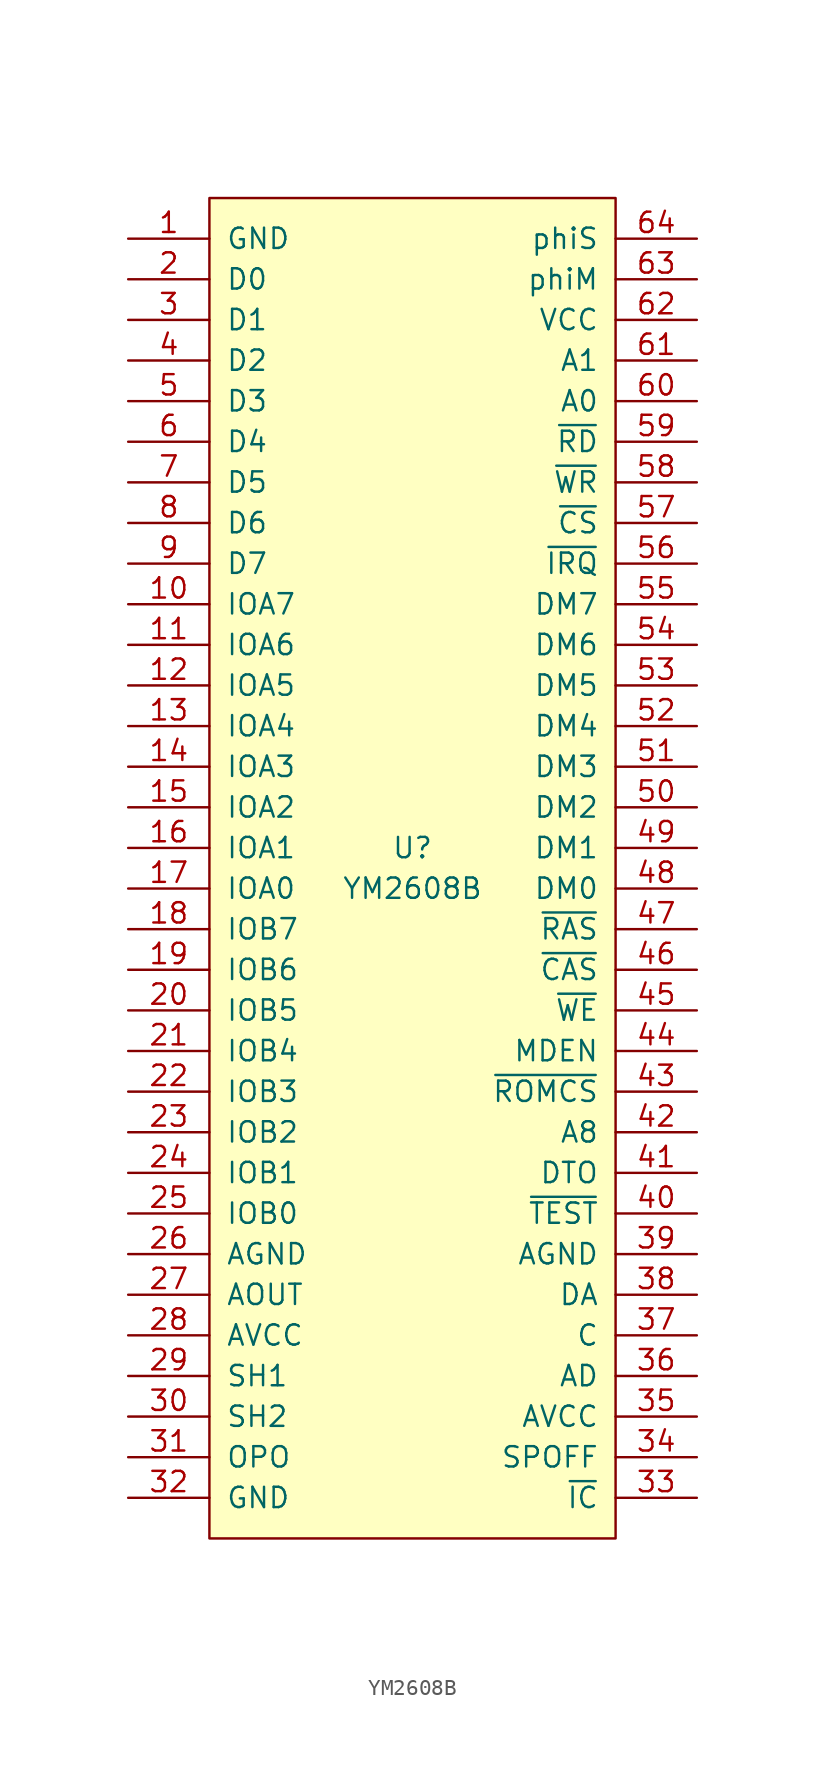
<source format=kicad_sym>
(kicad_symbol_lib
  (version 20211014)
  (generator kicad_symbol_editor)
  (symbol "YM2608B"
    (pin_names
      (offset 1.016))
    (property "Reference" "U"
      (at 0 0 0)
      (effects (font (size 1.27 1.27))))
    (property "Value" "YM2608B"
      (at 0 -2.54 0)
      (effects (font (size 1.27 1.27))))
    (symbol "YM2608B_0_1"
      (rectangle (start -12.7 40.64) (end 12.7 -43.18) (stroke (width 0) (type default) (color 0 0 0 0)) (fill (type background))))
    (symbol "YM2608B_1_1"
      (pin power_in line (at -17.78 38.1 0) (length 5.08) (name "GND" (effects (font (size 1.27 1.27)))) (number "1" (effects (font (size 1.27 1.27)))))
      (pin bidirectional line (at -17.78 15.24 0) (length 5.08) (name "IOA7" (effects (font (size 1.27 1.27)))) (number "10" (effects (font (size 1.27 1.27)))))
      (pin bidirectional line (at -17.78 12.7 0) (length 5.08) (name "IOA6" (effects (font (size 1.27 1.27)))) (number "11" (effects (font (size 1.27 1.27)))))
      (pin bidirectional line (at -17.78 10.16 0) (length 5.08) (name "IOA5" (effects (font (size 1.27 1.27)))) (number "12" (effects (font (size 1.27 1.27)))))
      (pin bidirectional line (at -17.78 7.62 0) (length 5.08) (name "IOA4" (effects (font (size 1.27 1.27)))) (number "13" (effects (font (size 1.27 1.27)))))
      (pin bidirectional line (at -17.78 5.08 0) (length 5.08) (name "IOA3" (effects (font (size 1.27 1.27)))) (number "14" (effects (font (size 1.27 1.27)))))
      (pin bidirectional line (at -17.78 2.54 0) (length 5.08) (name "IOA2" (effects (font (size 1.27 1.27)))) (number "15" (effects (font (size 1.27 1.27)))))
      (pin bidirectional line (at -17.78 0 0) (length 5.08) (name "IOA1" (effects (font (size 1.27 1.27)))) (number "16" (effects (font (size 1.27 1.27)))))
      (pin bidirectional line (at -17.78 -2.54 0) (length 5.08) (name "IOA0" (effects (font (size 1.27 1.27)))) (number "17" (effects (font (size 1.27 1.27)))))
      (pin bidirectional line (at -17.78 -5.08 0) (length 5.08) (name "IOB7" (effects (font (size 1.27 1.27)))) (number "18" (effects (font (size 1.27 1.27)))))
      (pin bidirectional line (at -17.78 -7.62 0) (length 5.08) (name "IOB6" (effects (font (size 1.27 1.27)))) (number "19" (effects (font (size 1.27 1.27)))))
      (pin bidirectional line (at -17.78 35.56 0) (length 5.08) (name "D0" (effects (font (size 1.27 1.27)))) (number "2" (effects (font (size 1.27 1.27)))))
      (pin bidirectional line (at -17.78 -10.16 0) (length 5.08) (name "IOB5" (effects (font (size 1.27 1.27)))) (number "20" (effects (font (size 1.27 1.27)))))
      (pin bidirectional line (at -17.78 -12.7 0) (length 5.08) (name "IOB4" (effects (font (size 1.27 1.27)))) (number "21" (effects (font (size 1.27 1.27)))))
      (pin bidirectional line (at -17.78 -15.24 0) (length 5.08) (name "IOB3" (effects (font (size 1.27 1.27)))) (number "22" (effects (font (size 1.27 1.27)))))
      (pin bidirectional line (at -17.78 -17.78 0) (length 5.08) (name "IOB2" (effects (font (size 1.27 1.27)))) (number "23" (effects (font (size 1.27 1.27)))))
      (pin bidirectional line (at -17.78 -20.32 0) (length 5.08) (name "IOB1" (effects (font (size 1.27 1.27)))) (number "24" (effects (font (size 1.27 1.27)))))
      (pin bidirectional line (at -17.78 -22.86 0) (length 5.08) (name "IOB0" (effects (font (size 1.27 1.27)))) (number "25" (effects (font (size 1.27 1.27)))))
      (pin power_in line (at -17.78 -25.4 0) (length 5.08) (name "AGND" (effects (font (size 1.27 1.27)))) (number "26" (effects (font (size 1.27 1.27)))))
      (pin output line (at -17.78 -27.94 0) (length 5.08) (name "AOUT" (effects (font (size 1.27 1.27)))) (number "27" (effects (font (size 1.27 1.27)))))
      (pin power_in line (at -17.78 -30.48 0) (length 5.08) (name "AVCC" (effects (font (size 1.27 1.27)))) (number "28" (effects (font (size 1.27 1.27)))))
      (pin output line (at -17.78 -33.02 0) (length 5.08) (name "SH1" (effects (font (size 1.27 1.27)))) (number "29" (effects (font (size 1.27 1.27)))))
      (pin bidirectional line (at -17.78 33.02 0) (length 5.08) (name "D1" (effects (font (size 1.27 1.27)))) (number "3" (effects (font (size 1.27 1.27)))))
      (pin output line (at -17.78 -35.56 0) (length 5.08) (name "SH2" (effects (font (size 1.27 1.27)))) (number "30" (effects (font (size 1.27 1.27)))))
      (pin output line (at -17.78 -38.1 0) (length 5.08) (name "OPO" (effects (font (size 1.27 1.27)))) (number "31" (effects (font (size 1.27 1.27)))))
      (pin power_in line (at -17.78 -40.64 0) (length 5.08) (name "GND" (effects (font (size 1.27 1.27)))) (number "32" (effects (font (size 1.27 1.27)))))
      (pin input line (at 17.78 -40.64 180) (length 5.08) (name "~{IC}" (effects (font (size 1.27 1.27)))) (number "33" (effects (font (size 1.27 1.27)))))
      (pin output line (at 17.78 -38.1 180) (length 5.08) (name "SPOFF" (effects (font (size 1.27 1.27)))) (number "34" (effects (font (size 1.27 1.27)))))
      (pin power_in line (at 17.78 -35.56 180) (length 5.08) (name "AVCC" (effects (font (size 1.27 1.27)))) (number "35" (effects (font (size 1.27 1.27)))))
      (pin input line (at 17.78 -33.02 180) (length 5.08) (name "AD" (effects (font (size 1.27 1.27)))) (number "36" (effects (font (size 1.27 1.27)))))
      (pin input line (at 17.78 -30.48 180) (length 5.08) (name "C" (effects (font (size 1.27 1.27)))) (number "37" (effects (font (size 1.27 1.27)))))
      (pin input line (at 17.78 -27.94 180) (length 5.08) (name "DA" (effects (font (size 1.27 1.27)))) (number "38" (effects (font (size 1.27 1.27)))))
      (pin power_in line (at 17.78 -25.4 180) (length 5.08) (name "AGND" (effects (font (size 1.27 1.27)))) (number "39" (effects (font (size 1.27 1.27)))))
      (pin bidirectional line (at -17.78 30.48 0) (length 5.08) (name "D2" (effects (font (size 1.27 1.27)))) (number "4" (effects (font (size 1.27 1.27)))))
      (pin input line (at 17.78 -22.86 180) (length 5.08) (name "~{TEST}" (effects (font (size 1.27 1.27)))) (number "40" (effects (font (size 1.27 1.27)))))
      (pin input line (at 17.78 -20.32 180) (length 5.08) (name "DTO" (effects (font (size 1.27 1.27)))) (number "41" (effects (font (size 1.27 1.27)))))
      (pin output line (at 17.78 -17.78 180) (length 5.08) (name "A8" (effects (font (size 1.27 1.27)))) (number "42" (effects (font (size 1.27 1.27)))))
      (pin output line (at 17.78 -15.24 180) (length 5.08) (name "~{ROMCS}" (effects (font (size 1.27 1.27)))) (number "43" (effects (font (size 1.27 1.27)))))
      (pin output line (at 17.78 -12.7 180) (length 5.08) (name "MDEN" (effects (font (size 1.27 1.27)))) (number "44" (effects (font (size 1.27 1.27)))))
      (pin output line (at 17.78 -10.16 180) (length 5.08) (name "~{WE}" (effects (font (size 1.27 1.27)))) (number "45" (effects (font (size 1.27 1.27)))))
      (pin output line (at 17.78 -7.62 180) (length 5.08) (name "~{CAS}" (effects (font (size 1.27 1.27)))) (number "46" (effects (font (size 1.27 1.27)))))
      (pin output line (at 17.78 -5.08 180) (length 5.08) (name "~{RAS}" (effects (font (size 1.27 1.27)))) (number "47" (effects (font (size 1.27 1.27)))))
      (pin bidirectional line (at 17.78 -2.54 180) (length 5.08) (name "DM0" (effects (font (size 1.27 1.27)))) (number "48" (effects (font (size 1.27 1.27)))))
      (pin bidirectional line (at 17.78 0 180) (length 5.08) (name "DM1" (effects (font (size 1.27 1.27)))) (number "49" (effects (font (size 1.27 1.27)))))
      (pin bidirectional line (at -17.78 27.94 0) (length 5.08) (name "D3" (effects (font (size 1.27 1.27)))) (number "5" (effects (font (size 1.27 1.27)))))
      (pin bidirectional line (at 17.78 2.54 180) (length 5.08) (name "DM2" (effects (font (size 1.27 1.27)))) (number "50" (effects (font (size 1.27 1.27)))))
      (pin bidirectional line (at 17.78 5.08 180) (length 5.08) (name "DM3" (effects (font (size 1.27 1.27)))) (number "51" (effects (font (size 1.27 1.27)))))
      (pin bidirectional line (at 17.78 7.62 180) (length 5.08) (name "DM4" (effects (font (size 1.27 1.27)))) (number "52" (effects (font (size 1.27 1.27)))))
      (pin bidirectional line (at 17.78 10.16 180) (length 5.08) (name "DM5" (effects (font (size 1.27 1.27)))) (number "53" (effects (font (size 1.27 1.27)))))
      (pin bidirectional line (at 17.78 12.7 180) (length 5.08) (name "DM6" (effects (font (size 1.27 1.27)))) (number "54" (effects (font (size 1.27 1.27)))))
      (pin bidirectional line (at 17.78 15.24 180) (length 5.08) (name "DM7" (effects (font (size 1.27 1.27)))) (number "55" (effects (font (size 1.27 1.27)))))
      (pin open_collector line (at 17.78 17.78 180) (length 5.08) (name "~{IRQ}" (effects (font (size 1.27 1.27)))) (number "56" (effects (font (size 1.27 1.27)))))
      (pin input line (at 17.78 20.32 180) (length 5.08) (name "~{CS}" (effects (font (size 1.27 1.27)))) (number "57" (effects (font (size 1.27 1.27)))))
      (pin input line (at 17.78 22.86 180) (length 5.08) (name "~{WR}" (effects (font (size 1.27 1.27)))) (number "58" (effects (font (size 1.27 1.27)))))
      (pin input line (at 17.78 25.4 180) (length 5.08) (name "~{RD}" (effects (font (size 1.27 1.27)))) (number "59" (effects (font (size 1.27 1.27)))))
      (pin bidirectional line (at -17.78 25.4 0) (length 5.08) (name "D4" (effects (font (size 1.27 1.27)))) (number "6" (effects (font (size 1.27 1.27)))))
      (pin input line (at 17.78 27.94 180) (length 5.08) (name "A0" (effects (font (size 1.27 1.27)))) (number "60" (effects (font (size 1.27 1.27)))))
      (pin input line (at 17.78 30.48 180) (length 5.08) (name "A1" (effects (font (size 1.27 1.27)))) (number "61" (effects (font (size 1.27 1.27)))))
      (pin power_in line (at 17.78 33.02 180) (length 5.08) (name "VCC" (effects (font (size 1.27 1.27)))) (number "62" (effects (font (size 1.27 1.27)))))
      (pin input line (at 17.78 35.56 180) (length 5.08) (name "phiM" (effects (font (size 1.27 1.27)))) (number "63" (effects (font (size 1.27 1.27)))))
      (pin output line (at 17.78 38.1 180) (length 5.08) (name "phiS" (effects (font (size 1.27 1.27)))) (number "64" (effects (font (size 1.27 1.27)))))
      (pin bidirectional line (at -17.78 22.86 0) (length 5.08) (name "D5" (effects (font (size 1.27 1.27)))) (number "7" (effects (font (size 1.27 1.27)))))
      (pin bidirectional line (at -17.78 20.32 0) (length 5.08) (name "D6" (effects (font (size 1.27 1.27)))) (number "8" (effects (font (size 1.27 1.27)))))
      (pin bidirectional line (at -17.78 17.78 0) (length 5.08) (name "D7" (effects (font (size 1.27 1.27)))) (number "9" (effects (font (size 1.27 1.27))))))))
</source>
